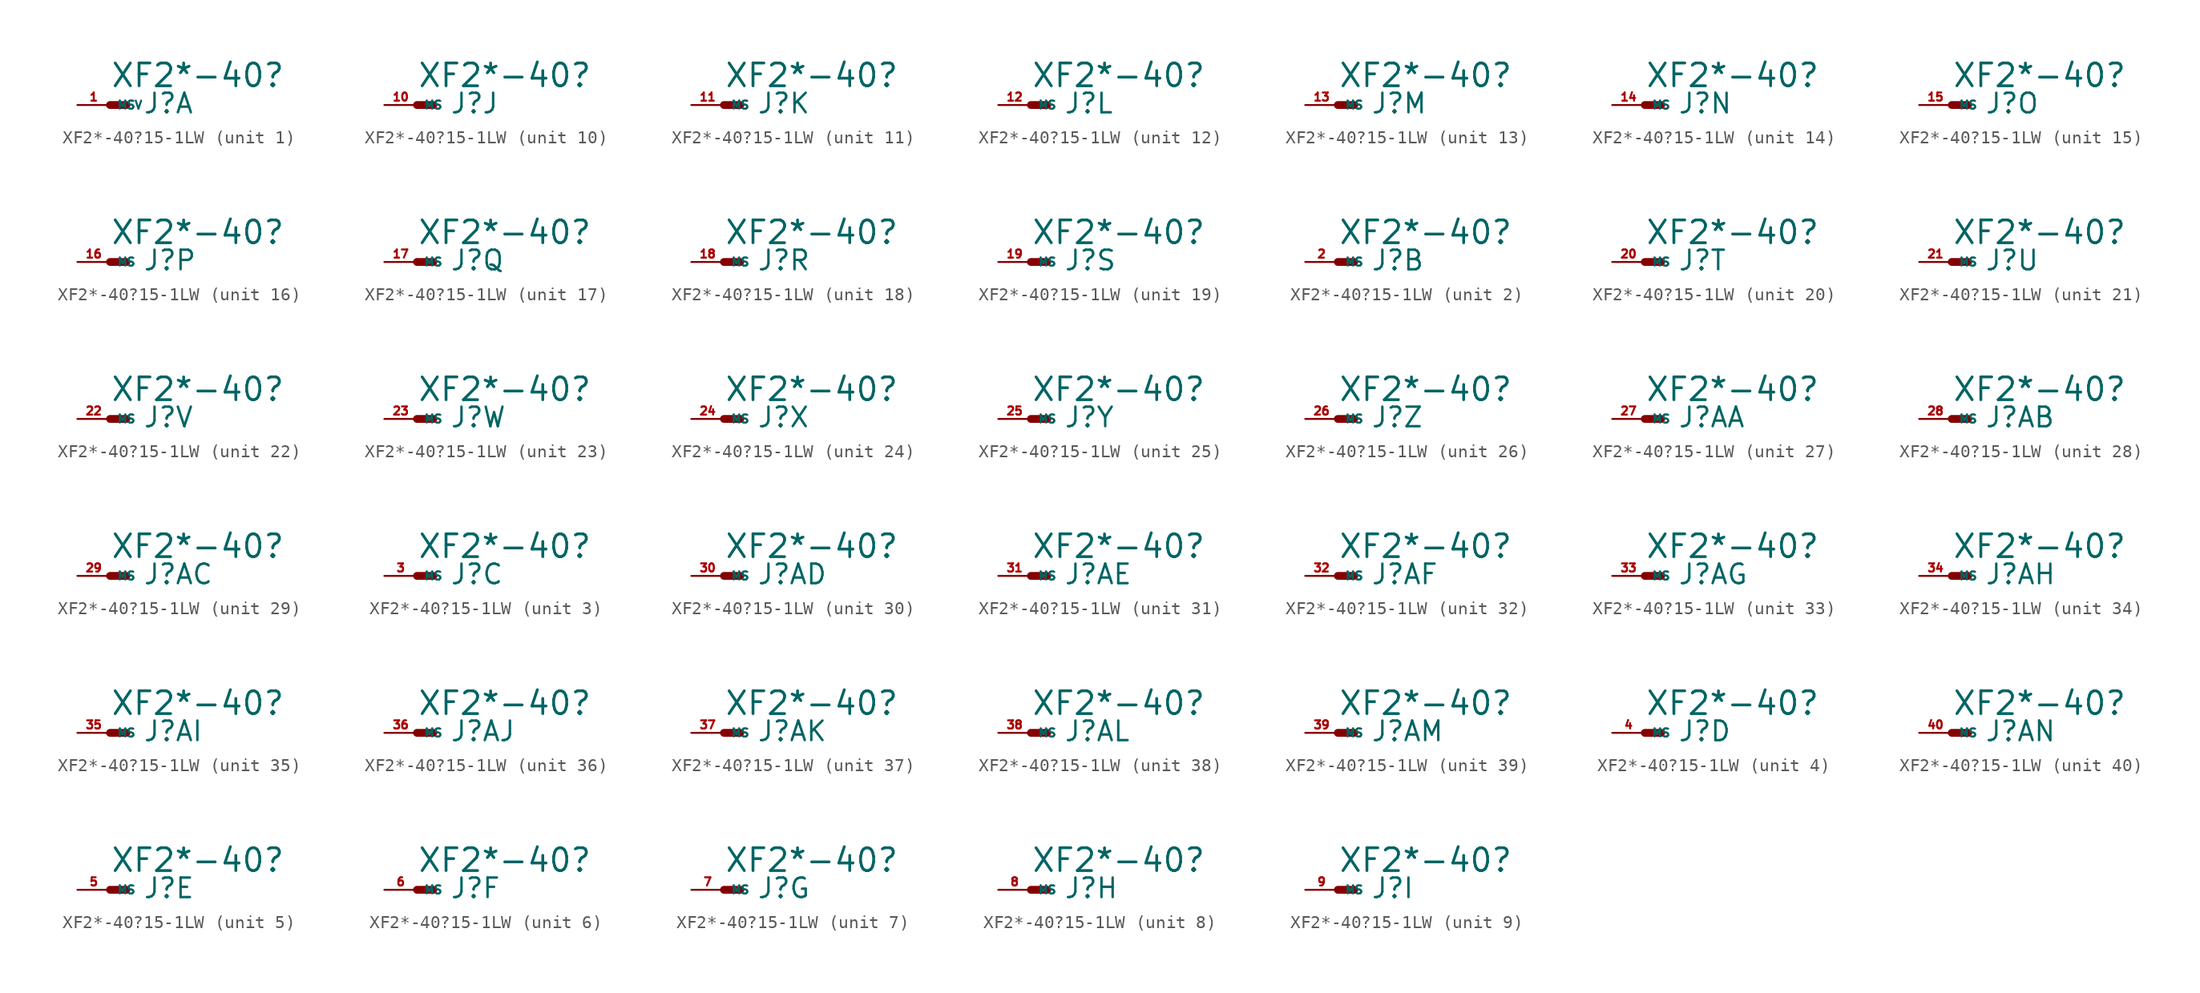
<source format=kicad_sym>
(kicad_symbol_lib
  (version 20220914)
  (generator Eagle2Kicad)
  (symbol "XF2*-40?15-1LW"
    (property "Reference" "J"
      (at 2.54 -0.762 0)
      (effects (font (size 1.524 1.524) (thickness 0.19)) (justify left bottom)))
    (property "Value" "XF2*-40?"
      (at 0 1.27 0)
      (effects (font (size 1.778 1.778) (thickness 0.22)) (justify left bottom)))
    (symbol "XF2*-40?15-1LW_1_0"
      (polyline (pts (xy 0 0) (xy 1.27 0)) (stroke (width 0.61) (type default)) (fill (type none)))
      (pin passive line (at -2.54 0 0) (length 2.54) (name "MSV" (effects (font (size 0.635 0.635) (thickness 0.08)) (justify left bottom))) (number "1" (effects (font (size 0.635 0.635) (thickness 0.08)) (justify left bottom)))))
    (symbol "XF2*-40?15-1LW_2_0"
      (polyline (pts (xy 0 0) (xy 1.27 0)) (stroke (width 0.61) (type default)) (fill (type none)))
      (pin passive line (at -2.54 0 0) (length 2.54) (name "MS" (effects (font (size 0.635 0.635) (thickness 0.08)) (justify left bottom))) (number "2" (effects (font (size 0.635 0.635) (thickness 0.08)) (justify left bottom)))))
    (symbol "XF2*-40?15-1LW_3_0"
      (polyline (pts (xy 0 0) (xy 1.27 0)) (stroke (width 0.61) (type default)) (fill (type none)))
      (pin passive line (at -2.54 0 0) (length 2.54) (name "MS" (effects (font (size 0.635 0.635) (thickness 0.08)) (justify left bottom))) (number "3" (effects (font (size 0.635 0.635) (thickness 0.08)) (justify left bottom)))))
    (symbol "XF2*-40?15-1LW_4_0"
      (polyline (pts (xy 0 0) (xy 1.27 0)) (stroke (width 0.61) (type default)) (fill (type none)))
      (pin passive line (at -2.54 0 0) (length 2.54) (name "MS" (effects (font (size 0.635 0.635) (thickness 0.08)) (justify left bottom))) (number "4" (effects (font (size 0.635 0.635) (thickness 0.08)) (justify left bottom)))))
    (symbol "XF2*-40?15-1LW_5_0"
      (polyline (pts (xy 0 0) (xy 1.27 0)) (stroke (width 0.61) (type default)) (fill (type none)))
      (pin passive line (at -2.54 0 0) (length 2.54) (name "MS" (effects (font (size 0.635 0.635) (thickness 0.08)) (justify left bottom))) (number "5" (effects (font (size 0.635 0.635) (thickness 0.08)) (justify left bottom)))))
    (symbol "XF2*-40?15-1LW_6_0"
      (polyline (pts (xy 0 0) (xy 1.27 0)) (stroke (width 0.61) (type default)) (fill (type none)))
      (pin passive line (at -2.54 0 0) (length 2.54) (name "MS" (effects (font (size 0.635 0.635) (thickness 0.08)) (justify left bottom))) (number "6" (effects (font (size 0.635 0.635) (thickness 0.08)) (justify left bottom)))))
    (symbol "XF2*-40?15-1LW_7_0"
      (polyline (pts (xy 0 0) (xy 1.27 0)) (stroke (width 0.61) (type default)) (fill (type none)))
      (pin passive line (at -2.54 0 0) (length 2.54) (name "MS" (effects (font (size 0.635 0.635) (thickness 0.08)) (justify left bottom))) (number "7" (effects (font (size 0.635 0.635) (thickness 0.08)) (justify left bottom)))))
    (symbol "XF2*-40?15-1LW_8_0"
      (polyline (pts (xy 0 0) (xy 1.27 0)) (stroke (width 0.61) (type default)) (fill (type none)))
      (pin passive line (at -2.54 0 0) (length 2.54) (name "MS" (effects (font (size 0.635 0.635) (thickness 0.08)) (justify left bottom))) (number "8" (effects (font (size 0.635 0.635) (thickness 0.08)) (justify left bottom)))))
    (symbol "XF2*-40?15-1LW_9_0"
      (polyline (pts (xy 0 0) (xy 1.27 0)) (stroke (width 0.61) (type default)) (fill (type none)))
      (pin passive line (at -2.54 0 0) (length 2.54) (name "MS" (effects (font (size 0.635 0.635) (thickness 0.08)) (justify left bottom))) (number "9" (effects (font (size 0.635 0.635) (thickness 0.08)) (justify left bottom)))))
    (symbol "XF2*-40?15-1LW_10_0"
      (polyline (pts (xy 0 0) (xy 1.27 0)) (stroke (width 0.61) (type default)) (fill (type none)))
      (pin passive line (at -2.54 0 0) (length 2.54) (name "MS" (effects (font (size 0.635 0.635) (thickness 0.08)) (justify left bottom))) (number "10" (effects (font (size 0.635 0.635) (thickness 0.08)) (justify left bottom)))))
    (symbol "XF2*-40?15-1LW_11_0"
      (polyline (pts (xy 0 0) (xy 1.27 0)) (stroke (width 0.61) (type default)) (fill (type none)))
      (pin passive line (at -2.54 0 0) (length 2.54) (name "MS" (effects (font (size 0.635 0.635) (thickness 0.08)) (justify left bottom))) (number "11" (effects (font (size 0.635 0.635) (thickness 0.08)) (justify left bottom)))))
    (symbol "XF2*-40?15-1LW_12_0"
      (polyline (pts (xy 0 0) (xy 1.27 0)) (stroke (width 0.61) (type default)) (fill (type none)))
      (pin passive line (at -2.54 0 0) (length 2.54) (name "MS" (effects (font (size 0.635 0.635) (thickness 0.08)) (justify left bottom))) (number "12" (effects (font (size 0.635 0.635) (thickness 0.08)) (justify left bottom)))))
    (symbol "XF2*-40?15-1LW_13_0"
      (polyline (pts (xy 0 0) (xy 1.27 0)) (stroke (width 0.61) (type default)) (fill (type none)))
      (pin passive line (at -2.54 0 0) (length 2.54) (name "MS" (effects (font (size 0.635 0.635) (thickness 0.08)) (justify left bottom))) (number "13" (effects (font (size 0.635 0.635) (thickness 0.08)) (justify left bottom)))))
    (symbol "XF2*-40?15-1LW_14_0"
      (polyline (pts (xy 0 0) (xy 1.27 0)) (stroke (width 0.61) (type default)) (fill (type none)))
      (pin passive line (at -2.54 0 0) (length 2.54) (name "MS" (effects (font (size 0.635 0.635) (thickness 0.08)) (justify left bottom))) (number "14" (effects (font (size 0.635 0.635) (thickness 0.08)) (justify left bottom)))))
    (symbol "XF2*-40?15-1LW_15_0"
      (polyline (pts (xy 0 0) (xy 1.27 0)) (stroke (width 0.61) (type default)) (fill (type none)))
      (pin passive line (at -2.54 0 0) (length 2.54) (name "MS" (effects (font (size 0.635 0.635) (thickness 0.08)) (justify left bottom))) (number "15" (effects (font (size 0.635 0.635) (thickness 0.08)) (justify left bottom)))))
    (symbol "XF2*-40?15-1LW_16_0"
      (polyline (pts (xy 0 0) (xy 1.27 0)) (stroke (width 0.61) (type default)) (fill (type none)))
      (pin passive line (at -2.54 0 0) (length 2.54) (name "MS" (effects (font (size 0.635 0.635) (thickness 0.08)) (justify left bottom))) (number "16" (effects (font (size 0.635 0.635) (thickness 0.08)) (justify left bottom)))))
    (symbol "XF2*-40?15-1LW_17_0"
      (polyline (pts (xy 0 0) (xy 1.27 0)) (stroke (width 0.61) (type default)) (fill (type none)))
      (pin passive line (at -2.54 0 0) (length 2.54) (name "MS" (effects (font (size 0.635 0.635) (thickness 0.08)) (justify left bottom))) (number "17" (effects (font (size 0.635 0.635) (thickness 0.08)) (justify left bottom)))))
    (symbol "XF2*-40?15-1LW_18_0"
      (polyline (pts (xy 0 0) (xy 1.27 0)) (stroke (width 0.61) (type default)) (fill (type none)))
      (pin passive line (at -2.54 0 0) (length 2.54) (name "MS" (effects (font (size 0.635 0.635) (thickness 0.08)) (justify left bottom))) (number "18" (effects (font (size 0.635 0.635) (thickness 0.08)) (justify left bottom)))))
    (symbol "XF2*-40?15-1LW_19_0"
      (polyline (pts (xy 0 0) (xy 1.27 0)) (stroke (width 0.61) (type default)) (fill (type none)))
      (pin passive line (at -2.54 0 0) (length 2.54) (name "MS" (effects (font (size 0.635 0.635) (thickness 0.08)) (justify left bottom))) (number "19" (effects (font (size 0.635 0.635) (thickness 0.08)) (justify left bottom)))))
    (symbol "XF2*-40?15-1LW_20_0"
      (polyline (pts (xy 0 0) (xy 1.27 0)) (stroke (width 0.61) (type default)) (fill (type none)))
      (pin passive line (at -2.54 0 0) (length 2.54) (name "MS" (effects (font (size 0.635 0.635) (thickness 0.08)) (justify left bottom))) (number "20" (effects (font (size 0.635 0.635) (thickness 0.08)) (justify left bottom)))))
    (symbol "XF2*-40?15-1LW_21_0"
      (polyline (pts (xy 0 0) (xy 1.27 0)) (stroke (width 0.61) (type default)) (fill (type none)))
      (pin passive line (at -2.54 0 0) (length 2.54) (name "MS" (effects (font (size 0.635 0.635) (thickness 0.08)) (justify left bottom))) (number "21" (effects (font (size 0.635 0.635) (thickness 0.08)) (justify left bottom)))))
    (symbol "XF2*-40?15-1LW_22_0"
      (polyline (pts (xy 0 0) (xy 1.27 0)) (stroke (width 0.61) (type default)) (fill (type none)))
      (pin passive line (at -2.54 0 0) (length 2.54) (name "MS" (effects (font (size 0.635 0.635) (thickness 0.08)) (justify left bottom))) (number "22" (effects (font (size 0.635 0.635) (thickness 0.08)) (justify left bottom)))))
    (symbol "XF2*-40?15-1LW_23_0"
      (polyline (pts (xy 0 0) (xy 1.27 0)) (stroke (width 0.61) (type default)) (fill (type none)))
      (pin passive line (at -2.54 0 0) (length 2.54) (name "MS" (effects (font (size 0.635 0.635) (thickness 0.08)) (justify left bottom))) (number "23" (effects (font (size 0.635 0.635) (thickness 0.08)) (justify left bottom)))))
    (symbol "XF2*-40?15-1LW_24_0"
      (polyline (pts (xy 0 0) (xy 1.27 0)) (stroke (width 0.61) (type default)) (fill (type none)))
      (pin passive line (at -2.54 0 0) (length 2.54) (name "MS" (effects (font (size 0.635 0.635) (thickness 0.08)) (justify left bottom))) (number "24" (effects (font (size 0.635 0.635) (thickness 0.08)) (justify left bottom)))))
    (symbol "XF2*-40?15-1LW_25_0"
      (polyline (pts (xy 0 0) (xy 1.27 0)) (stroke (width 0.61) (type default)) (fill (type none)))
      (pin passive line (at -2.54 0 0) (length 2.54) (name "MS" (effects (font (size 0.635 0.635) (thickness 0.08)) (justify left bottom))) (number "25" (effects (font (size 0.635 0.635) (thickness 0.08)) (justify left bottom)))))
    (symbol "XF2*-40?15-1LW_26_0"
      (polyline (pts (xy 0 0) (xy 1.27 0)) (stroke (width 0.61) (type default)) (fill (type none)))
      (pin passive line (at -2.54 0 0) (length 2.54) (name "MS" (effects (font (size 0.635 0.635) (thickness 0.08)) (justify left bottom))) (number "26" (effects (font (size 0.635 0.635) (thickness 0.08)) (justify left bottom)))))
    (symbol "XF2*-40?15-1LW_27_0"
      (polyline (pts (xy 0 0) (xy 1.27 0)) (stroke (width 0.61) (type default)) (fill (type none)))
      (pin passive line (at -2.54 0 0) (length 2.54) (name "MS" (effects (font (size 0.635 0.635) (thickness 0.08)) (justify left bottom))) (number "27" (effects (font (size 0.635 0.635) (thickness 0.08)) (justify left bottom)))))
    (symbol "XF2*-40?15-1LW_28_0"
      (polyline (pts (xy 0 0) (xy 1.27 0)) (stroke (width 0.61) (type default)) (fill (type none)))
      (pin passive line (at -2.54 0 0) (length 2.54) (name "MS" (effects (font (size 0.635 0.635) (thickness 0.08)) (justify left bottom))) (number "28" (effects (font (size 0.635 0.635) (thickness 0.08)) (justify left bottom)))))
    (symbol "XF2*-40?15-1LW_29_0"
      (polyline (pts (xy 0 0) (xy 1.27 0)) (stroke (width 0.61) (type default)) (fill (type none)))
      (pin passive line (at -2.54 0 0) (length 2.54) (name "MS" (effects (font (size 0.635 0.635) (thickness 0.08)) (justify left bottom))) (number "29" (effects (font (size 0.635 0.635) (thickness 0.08)) (justify left bottom)))))
    (symbol "XF2*-40?15-1LW_30_0"
      (polyline (pts (xy 0 0) (xy 1.27 0)) (stroke (width 0.61) (type default)) (fill (type none)))
      (pin passive line (at -2.54 0 0) (length 2.54) (name "MS" (effects (font (size 0.635 0.635) (thickness 0.08)) (justify left bottom))) (number "30" (effects (font (size 0.635 0.635) (thickness 0.08)) (justify left bottom)))))
    (symbol "XF2*-40?15-1LW_31_0"
      (polyline (pts (xy 0 0) (xy 1.27 0)) (stroke (width 0.61) (type default)) (fill (type none)))
      (pin passive line (at -2.54 0 0) (length 2.54) (name "MS" (effects (font (size 0.635 0.635) (thickness 0.08)) (justify left bottom))) (number "31" (effects (font (size 0.635 0.635) (thickness 0.08)) (justify left bottom)))))
    (symbol "XF2*-40?15-1LW_32_0"
      (polyline (pts (xy 0 0) (xy 1.27 0)) (stroke (width 0.61) (type default)) (fill (type none)))
      (pin passive line (at -2.54 0 0) (length 2.54) (name "MS" (effects (font (size 0.635 0.635) (thickness 0.08)) (justify left bottom))) (number "32" (effects (font (size 0.635 0.635) (thickness 0.08)) (justify left bottom)))))
    (symbol "XF2*-40?15-1LW_33_0"
      (polyline (pts (xy 0 0) (xy 1.27 0)) (stroke (width 0.61) (type default)) (fill (type none)))
      (pin passive line (at -2.54 0 0) (length 2.54) (name "MS" (effects (font (size 0.635 0.635) (thickness 0.08)) (justify left bottom))) (number "33" (effects (font (size 0.635 0.635) (thickness 0.08)) (justify left bottom)))))
    (symbol "XF2*-40?15-1LW_34_0"
      (polyline (pts (xy 0 0) (xy 1.27 0)) (stroke (width 0.61) (type default)) (fill (type none)))
      (pin passive line (at -2.54 0 0) (length 2.54) (name "MS" (effects (font (size 0.635 0.635) (thickness 0.08)) (justify left bottom))) (number "34" (effects (font (size 0.635 0.635) (thickness 0.08)) (justify left bottom)))))
    (symbol "XF2*-40?15-1LW_35_0"
      (polyline (pts (xy 0 0) (xy 1.27 0)) (stroke (width 0.61) (type default)) (fill (type none)))
      (pin passive line (at -2.54 0 0) (length 2.54) (name "MS" (effects (font (size 0.635 0.635) (thickness 0.08)) (justify left bottom))) (number "35" (effects (font (size 0.635 0.635) (thickness 0.08)) (justify left bottom)))))
    (symbol "XF2*-40?15-1LW_36_0"
      (polyline (pts (xy 0 0) (xy 1.27 0)) (stroke (width 0.61) (type default)) (fill (type none)))
      (pin passive line (at -2.54 0 0) (length 2.54) (name "MS" (effects (font (size 0.635 0.635) (thickness 0.08)) (justify left bottom))) (number "36" (effects (font (size 0.635 0.635) (thickness 0.08)) (justify left bottom)))))
    (symbol "XF2*-40?15-1LW_37_0"
      (polyline (pts (xy 0 0) (xy 1.27 0)) (stroke (width 0.61) (type default)) (fill (type none)))
      (pin passive line (at -2.54 0 0) (length 2.54) (name "MS" (effects (font (size 0.635 0.635) (thickness 0.08)) (justify left bottom))) (number "37" (effects (font (size 0.635 0.635) (thickness 0.08)) (justify left bottom)))))
    (symbol "XF2*-40?15-1LW_38_0"
      (polyline (pts (xy 0 0) (xy 1.27 0)) (stroke (width 0.61) (type default)) (fill (type none)))
      (pin passive line (at -2.54 0 0) (length 2.54) (name "MS" (effects (font (size 0.635 0.635) (thickness 0.08)) (justify left bottom))) (number "38" (effects (font (size 0.635 0.635) (thickness 0.08)) (justify left bottom)))))
    (symbol "XF2*-40?15-1LW_39_0"
      (polyline (pts (xy 0 0) (xy 1.27 0)) (stroke (width 0.61) (type default)) (fill (type none)))
      (pin passive line (at -2.54 0 0) (length 2.54) (name "MS" (effects (font (size 0.635 0.635) (thickness 0.08)) (justify left bottom))) (number "39" (effects (font (size 0.635 0.635) (thickness 0.08)) (justify left bottom)))))
    (symbol "XF2*-40?15-1LW_40_0"
      (polyline (pts (xy 0 0) (xy 1.27 0)) (stroke (width 0.61) (type default)) (fill (type none)))
      (pin passive line (at -2.54 0 0) (length 2.54) (name "MS" (effects (font (size 0.635 0.635) (thickness 0.08)) (justify left bottom))) (number "40" (effects (font (size 0.635 0.635) (thickness 0.08)) (justify left bottom)))))))
</source>
